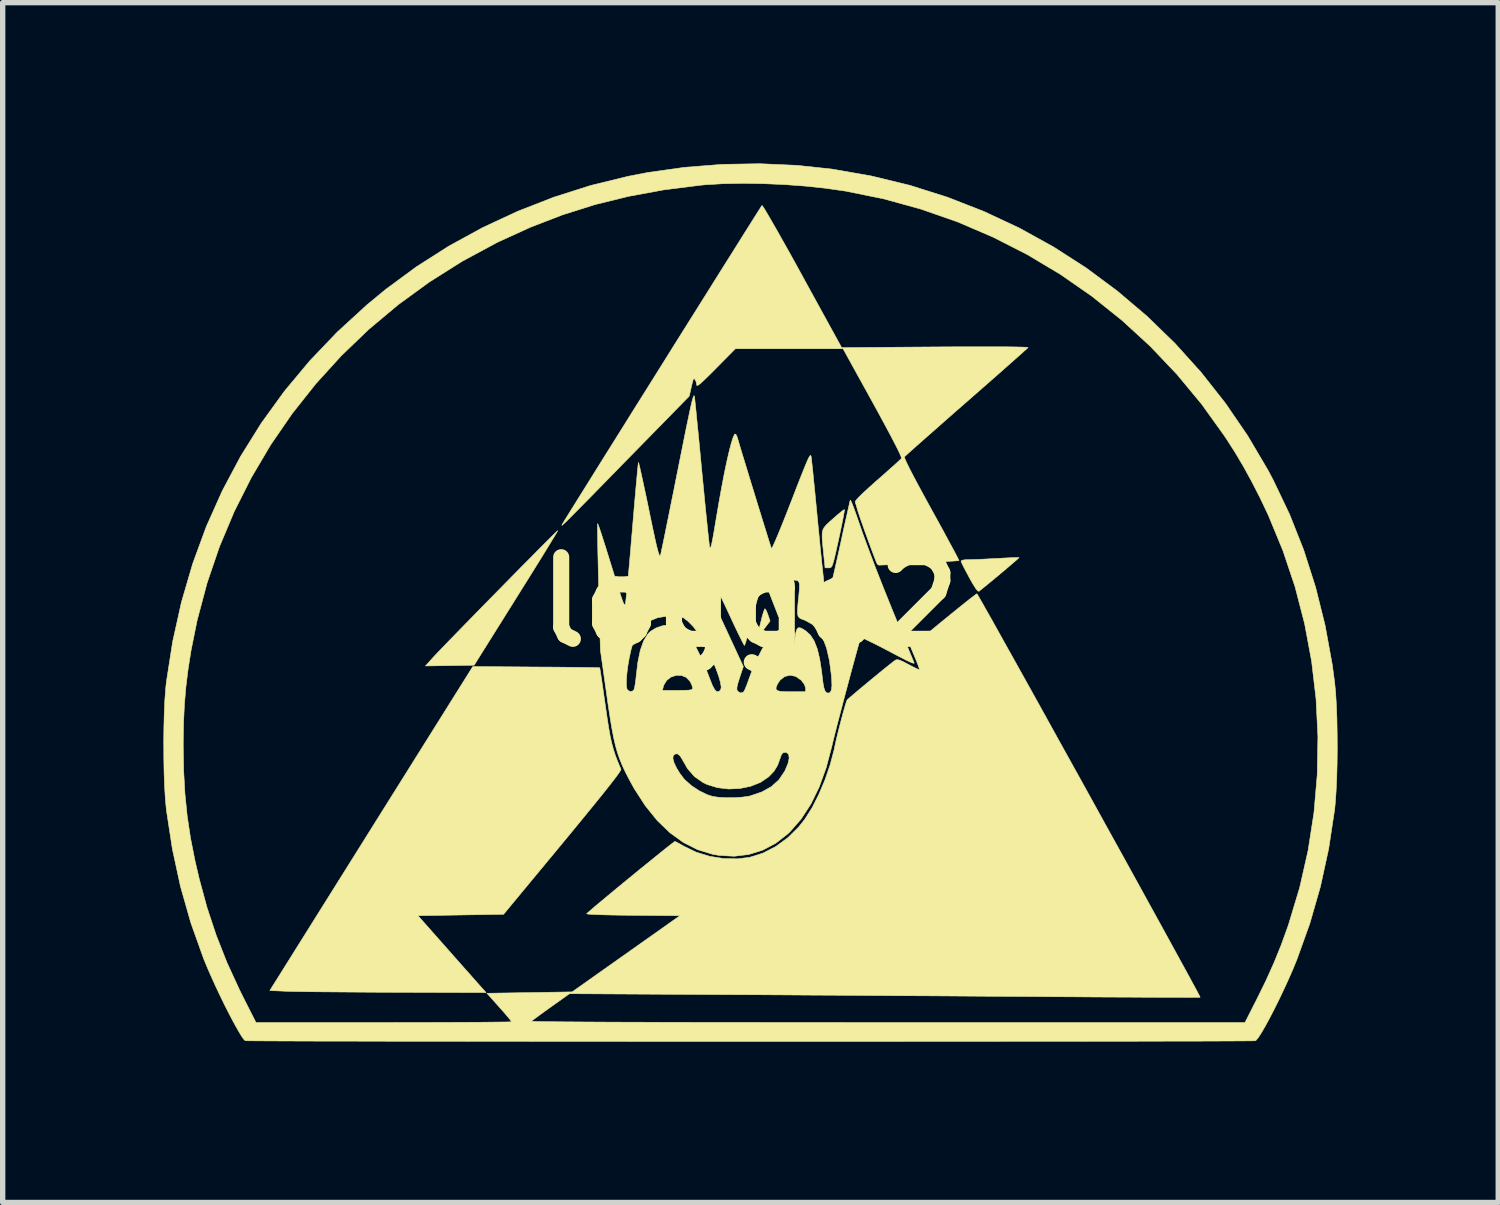
<source format=kicad_pcb>
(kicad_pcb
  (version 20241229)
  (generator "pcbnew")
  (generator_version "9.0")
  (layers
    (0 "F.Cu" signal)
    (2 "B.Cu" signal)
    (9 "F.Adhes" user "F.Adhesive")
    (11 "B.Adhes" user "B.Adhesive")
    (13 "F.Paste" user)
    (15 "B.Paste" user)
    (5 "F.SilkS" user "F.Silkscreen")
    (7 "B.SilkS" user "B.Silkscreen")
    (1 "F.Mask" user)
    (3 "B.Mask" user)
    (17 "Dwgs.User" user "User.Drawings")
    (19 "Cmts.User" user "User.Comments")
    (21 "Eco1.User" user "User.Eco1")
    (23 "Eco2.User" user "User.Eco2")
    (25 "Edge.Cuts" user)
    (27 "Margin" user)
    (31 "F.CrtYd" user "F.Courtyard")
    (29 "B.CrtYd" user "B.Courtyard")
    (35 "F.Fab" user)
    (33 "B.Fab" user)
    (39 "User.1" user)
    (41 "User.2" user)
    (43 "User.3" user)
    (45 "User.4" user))
  (footprint "loggo2"
    (layer "F.Cu")
    (at 10.942 8.182)
    (property "Reference" "loggo2" (at 0 0 0) (layer "F.SilkS") (effects (font (size 1.524 1.524) (thickness 0.3))))
    (attr through_hole)
    (fp_poly (pts (xy 0.674 0.449) (xy 0.685 0.504) (xy 0.686 0.533) (xy 0.684 0.597) (xy 0.68 0.632) (xy 0.678 0.635) (xy 0.666 0.614) (xy 0.644 0.562) (xy 0.64 0.551) (xy 0.617 0.48) (xy 0.613 0.445) (xy 0.63 0.433) (xy 0.648 0.432) (xy 0.674 0.449)) (stroke (width 0.01) (type solid)) (fill yes) (layer "F.SilkS"))
    (fp_poly (pts (xy 0.3 0.149) (xy 0.325 0.204) (xy 0.339 0.242) (xy 0.378 0.357) (xy 0.248 0.528) (xy 0.192 0.6) (xy 0.151 0.648) (xy 0.132 0.665) (xy 0.132 0.66) (xy 0.143 0.62) (xy 0.163 0.544) (xy 0.188 0.443) (xy 0.205 0.375) (xy 0.231 0.271) (xy 0.256 0.188) (xy 0.274 0.138) (xy 0.282 0.127) (xy 0.3 0.149)) (stroke (width 0.01) (type solid)) (fill yes) (layer "F.SilkS"))
    (fp_poly (pts (xy 1.764 -1.696) (xy 1.752 -1.626) (xy 1.732 -1.522) (xy 1.705 -1.39) (xy 1.673 -1.238) (xy 1.659 -1.173) (xy 1.62 -0.997) (xy 1.59 -0.864) (xy 1.566 -0.768) (xy 1.547 -0.704) (xy 1.531 -0.665) (xy 1.514 -0.644) (xy 1.496 -0.636) (xy 1.474 -0.635) (xy 1.473 -0.635) (xy 1.404 -0.635) (xy 1.375 -0.922) (xy 1.359 -1.078) (xy 1.35 -1.192) (xy 1.35 -1.276) (xy 1.361 -1.339) (xy 1.387 -1.39) (xy 1.431 -1.441) (xy 1.494 -1.5) (xy 1.55 -1.55) (xy 1.634 -1.624) (xy 1.703 -1.681) (xy 1.75 -1.716) (xy 1.766 -1.723) (xy 1.764 -1.696)) (stroke (width 0.01) (type solid)) (fill yes) (layer "F.SilkS"))
    (fp_poly (pts (xy 5.024 -0.827) (xy 5.007 -0.81) (xy 4.958 -0.766) (xy 4.884 -0.703) (xy 4.792 -0.624) (xy 4.689 -0.537) (xy 4.582 -0.448) (xy 4.478 -0.362) (xy 4.384 -0.285) (xy 4.307 -0.223) (xy 4.276 -0.198) (xy 4.253 -0.205) (xy 4.214 -0.253) (xy 4.158 -0.343) (xy 4.098 -0.45) (xy 4.04 -0.558) (xy 3.991 -0.652) (xy 3.957 -0.721) (xy 3.942 -0.755) (xy 3.941 -0.756) (xy 3.954 -0.775) (xy 4.007 -0.786) (xy 4.081 -0.788) (xy 4.16 -0.79) (xy 4.276 -0.794) (xy 4.416 -0.801) (xy 4.565 -0.809) (xy 4.622 -0.812) (xy 4.758 -0.819) (xy 4.874 -0.825) (xy 4.963 -0.828) (xy 5.014 -0.828) (xy 5.024 -0.827)) (stroke (width 0.01) (type solid)) (fill yes) (layer "F.SilkS"))
    (fp_poly (pts (xy -3.585 -1.33) (xy -3.596 -1.308) (xy -3.632 -1.247) (xy -3.691 -1.15) (xy -3.769 -1.022) (xy -3.865 -0.865) (xy -3.977 -0.685) (xy -4.101 -0.485) (xy -4.237 -0.268) (xy -4.36 -0.071) (xy -5.144 1.181) (xy -5.598 1.188) (xy -6.052 1.195) (xy -5.928 1.056) (xy -5.884 1.008) (xy -5.811 0.931) (xy -5.712 0.828) (xy -5.592 0.704) (xy -5.453 0.561) (xy -5.299 0.403) (xy -5.134 0.234) (xy -4.962 0.058) (xy -4.785 -0.122) (xy -4.608 -0.302) (xy -4.434 -0.479) (xy -4.267 -0.649) (xy -4.11 -0.807) (xy -3.967 -0.952) (xy -3.842 -1.078) (xy -3.737 -1.183) (xy -3.657 -1.262) (xy -3.605 -1.312) (xy -3.585 -1.33) (xy -3.585 -1.33)) (stroke (width 0.01) (type solid)) (fill yes) (layer "F.SilkS"))
    (fp_poly (pts (xy -3.988 1.215) (xy -3.748 1.216) (xy -3.525 1.218) (xy -3.322 1.22) (xy -3.146 1.222) (xy -3 1.224) (xy -2.891 1.226) (xy -2.823 1.228) (xy -2.801 1.229) (xy -2.796 1.255) (xy -2.785 1.324) (xy -2.769 1.431) (xy -2.748 1.569) (xy -2.725 1.732) (xy -2.699 1.912) (xy -2.696 1.932) (xy -2.663 2.16) (xy -2.634 2.346) (xy -2.607 2.5) (xy -2.578 2.631) (xy -2.547 2.746) (xy -2.512 2.857) (xy -2.468 2.971) (xy -2.416 3.097) (xy -2.404 3.124) (xy -2.415 3.15) (xy -2.455 3.21) (xy -2.525 3.304) (xy -2.626 3.434) (xy -2.757 3.599) (xy -2.92 3.8) (xy -3.115 4.039) (xy -3.342 4.315) (xy -3.491 4.496) (xy -4.595 5.829) (xy -5.394 5.842) (xy -6.193 5.855) (xy -5.719 6.39) (xy -5.586 6.541) (xy -5.455 6.689) (xy -5.333 6.827) (xy -5.225 6.948) (xy -5.139 7.046) (xy -5.084 7.108) (xy -4.922 7.29) (xy -6.62 7.285) (xy -6.92 7.284) (xy -7.212 7.282) (xy -7.492 7.28) (xy -7.755 7.278) (xy -7.994 7.276) (xy -8.206 7.274) (xy -8.384 7.271) (xy -8.523 7.269) (xy -8.619 7.266) (xy -8.638 7.266) (xy -8.957 7.252) (xy -7.063 4.229) (xy -5.169 1.206) (xy -3.988 1.215)) (stroke (width 0.01) (type solid)) (fill yes) (layer "F.SilkS"))
    (fp_poly (pts (xy 0.242 -7.381) (xy 0.28 -7.322) (xy 0.337 -7.226) (xy 0.412 -7.097) (xy 0.503 -6.939) (xy 0.607 -6.754) (xy 0.723 -6.548) (xy 0.848 -6.323) (xy 0.979 -6.085) (xy 0.98 -6.082) (xy 1.714 -4.745) (xy 3.461 -4.758) (xy 3.787 -4.76) (xy 4.086 -4.761) (xy 4.356 -4.761) (xy 4.594 -4.761) (xy 4.796 -4.76) (xy 4.96 -4.758) (xy 5.083 -4.755) (xy 5.161 -4.752) (xy 5.192 -4.748) (xy 5.193 -4.747) (xy 5.172 -4.727) (xy 5.115 -4.676) (xy 5.028 -4.598) (xy 4.912 -4.495) (xy 4.772 -4.371) (xy 4.61 -4.228) (xy 4.43 -4.07) (xy 4.236 -3.9) (xy 4.043 -3.731) (xy 3.838 -3.552) (xy 3.644 -3.381) (xy 3.465 -3.223) (xy 3.303 -3.081) (xy 3.163 -2.957) (xy 3.048 -2.855) (xy 2.961 -2.777) (xy 2.906 -2.727) (xy 2.886 -2.708) (xy 2.892 -2.677) (xy 2.924 -2.603) (xy 2.981 -2.486) (xy 3.063 -2.328) (xy 3.17 -2.128) (xy 3.301 -1.887) (xy 3.388 -1.728) (xy 3.499 -1.527) (xy 3.601 -1.341) (xy 3.692 -1.172) (xy 3.77 -1.028) (xy 3.833 -0.911) (xy 3.877 -0.826) (xy 3.9 -0.779) (xy 3.903 -0.77) (xy 3.877 -0.768) (xy 3.809 -0.763) (xy 3.704 -0.756) (xy 3.572 -0.748) (xy 3.42 -0.739) (xy 3.255 -0.729) (xy 3.085 -0.72) (xy 2.918 -0.711) (xy 2.761 -0.702) (xy 2.622 -0.695) (xy 2.508 -0.69) (xy 2.428 -0.687) (xy 2.408 -0.686) (xy 2.38 -0.704) (xy 2.377 -0.708) (xy 2.361 -0.743) (xy 2.332 -0.817) (xy 2.293 -0.92) (xy 2.247 -1.044) (xy 2.197 -1.18) (xy 2.147 -1.318) (xy 2.1 -1.451) (xy 2.059 -1.567) (xy 2.028 -1.66) (xy 2.009 -1.718) (xy 2.008 -1.724) (xy 1.987 -1.798) (xy 1.969 -1.855) (xy 1.965 -1.866) (xy 1.98 -1.894) (xy 2.031 -1.951) (xy 2.115 -2.034) (xy 2.23 -2.14) (xy 2.372 -2.267) (xy 2.38 -2.273) (xy 2.505 -2.383) (xy 2.617 -2.483) (xy 2.712 -2.567) (xy 2.782 -2.632) (xy 2.822 -2.67) (xy 2.829 -2.678) (xy 2.823 -2.709) (xy 2.791 -2.784) (xy 2.733 -2.902) (xy 2.649 -3.064) (xy 2.54 -3.269) (xy 2.405 -3.518) (xy 2.296 -3.717) (xy 1.74 -4.724) (xy 0.735 -4.724) (xy -0.27 -4.724) (xy -0.63 -4.359) (xy -0.758 -4.231) (xy -0.854 -4.138) (xy -0.922 -4.076) (xy -0.965 -4.044) (xy -0.987 -4.038) (xy -0.991 -4.048) (xy -1 -4.1) (xy -1.019 -4.146) (xy -1.041 -4.168) (xy -1.05 -4.165) (xy -1.06 -4.136) (xy -1.078 -4.071) (xy -1.095 -3.996) (xy -1.13 -3.84) (xy -2.121 -2.828) (xy -2.38 -2.564) (xy -2.605 -2.333) (xy -2.799 -2.135) (xy -2.964 -1.966) (xy -3.103 -1.825) (xy -3.217 -1.71) (xy -3.308 -1.618) (xy -3.379 -1.546) (xy -3.432 -1.494) (xy -3.47 -1.459) (xy -3.493 -1.438) (xy -3.505 -1.429) (xy -3.508 -1.431) (xy -3.504 -1.441) (xy -3.495 -1.456) (xy -3.483 -1.476) (xy -3.477 -1.486) (xy -3.454 -1.524) (xy -3.406 -1.602) (xy -3.336 -1.715) (xy -3.245 -1.861) (xy -3.135 -2.037) (xy -3.008 -2.24) (xy -2.867 -2.467) (xy -2.712 -2.715) (xy -2.546 -2.98) (xy -2.37 -3.261) (xy -2.188 -3.553) (xy -1.999 -3.854) (xy -1.807 -4.16) (xy -1.613 -4.47) (xy -1.42 -4.779) (xy -1.228 -5.085) (xy -1.04 -5.384) (xy -0.858 -5.674) (xy -0.684 -5.952) (xy -0.52 -6.214) (xy -0.366 -6.458) (xy -0.226 -6.681) (xy -0.102 -6.879) (xy 0.006 -7.05) (xy 0.094 -7.19) (xy 0.162 -7.297) (xy 0.206 -7.367) (xy 0.226 -7.398) (xy 0.227 -7.399) (xy 0.242 -7.381)) (stroke (width 0.01) (type solid)) (fill yes) (layer "F.SilkS"))
    (fp_poly (pts (xy 0.884 -8.146) (xy 1.532 -8.077) (xy 2.269 -7.948) (xy 2.989 -7.773) (xy 3.69 -7.551) (xy 4.371 -7.285) (xy 5.031 -6.976) (xy 5.666 -6.625) (xy 6.276 -6.233) (xy 6.858 -5.801) (xy 7.411 -5.332) (xy 7.932 -4.826) (xy 8.421 -4.284) (xy 8.874 -3.709) (xy 9.29 -3.101) (xy 9.668 -2.461) (xy 9.767 -2.274) (xy 10.072 -1.635) (xy 10.336 -0.968) (xy 10.557 -0.276) (xy 10.735 0.438) (xy 10.869 1.172) (xy 10.913 1.499) (xy 10.931 1.686) (xy 10.945 1.913) (xy 10.955 2.171) (xy 10.96 2.447) (xy 10.962 2.733) (xy 10.959 3.017) (xy 10.952 3.289) (xy 10.94 3.538) (xy 10.925 3.755) (xy 10.913 3.873) (xy 10.802 4.605) (xy 10.648 5.312) (xy 10.45 6.001) (xy 10.207 6.678) (xy 10.206 6.68) (xy 10.133 6.858) (xy 10.051 7.045) (xy 9.963 7.236) (xy 9.873 7.425) (xy 9.783 7.606) (xy 9.697 7.772) (xy 9.617 7.919) (xy 9.547 8.04) (xy 9.489 8.129) (xy 9.447 8.18) (xy 9.434 8.189) (xy 9.406 8.19) (xy 9.329 8.191) (xy 9.206 8.192) (xy 9.039 8.193) (xy 8.829 8.194) (xy 8.579 8.195) (xy 8.292 8.196) (xy 7.969 8.196) (xy 7.612 8.197) (xy 7.224 8.198) (xy 6.807 8.198) (xy 6.363 8.199) (xy 5.894 8.2) (xy 5.402 8.2) (xy 4.89 8.2) (xy 4.359 8.201) (xy 3.812 8.201) (xy 3.251 8.201) (xy 2.679 8.202) (xy 2.096 8.202) (xy 1.506 8.202) (xy 0.91 8.202) (xy 0.312 8.202) (xy -0.288 8.202) (xy -0.887 8.202) (xy -1.483 8.202) (xy -2.073 8.202) (xy -2.656 8.201) (xy -3.228 8.201) (xy -3.789 8.201) (xy -4.337 8.2) (xy -4.867 8.2) (xy -5.38 8.199) (xy -5.872 8.199) (xy -6.341 8.198) (xy -6.785 8.198) (xy -7.203 8.197) (xy -7.591 8.196) (xy -7.948 8.196) (xy -8.271 8.195) (xy -8.559 8.194) (xy -8.809 8.193) (xy -9.019 8.192) (xy -9.187 8.191) (xy -9.311 8.19) (xy -9.388 8.189) (xy -9.416 8.188) (xy -9.416 8.188) (xy -9.447 8.157) (xy -9.496 8.085) (xy -9.558 7.98) (xy -9.632 7.847) (xy -9.714 7.691) (xy -9.801 7.52) (xy -9.889 7.339) (xy -9.976 7.155) (xy -10.058 6.974) (xy -10.133 6.801) (xy -10.193 6.655) (xy -10.431 5.988) (xy -10.624 5.31) (xy -10.775 4.613) (xy -10.886 3.89) (xy -10.888 3.873) (xy -10.906 3.684) (xy -10.92 3.454) (xy -10.93 3.195) (xy -10.935 2.918) (xy -10.936 2.68) (xy -10.573 2.68) (xy -10.565 3.146) (xy -10.541 3.578) (xy -10.499 3.994) (xy -10.437 4.408) (xy -10.352 4.835) (xy -10.274 5.169) (xy -10.128 5.706) (xy -9.958 6.219) (xy -9.759 6.725) (xy -9.523 7.238) (xy -9.431 7.423) (xy -9.215 7.849) (xy -6.83 7.849) (xy -6.487 7.848) (xy -6.158 7.848) (xy -5.848 7.847) (xy -5.56 7.846) (xy -5.297 7.845) (xy -5.062 7.844) (xy -4.86 7.842) (xy -4.694 7.84) (xy -4.568 7.839) (xy -4.484 7.837) (xy -4.447 7.834) (xy -4.445 7.834) (xy -4.461 7.811) (xy -4.505 7.757) (xy -4.57 7.68) (xy -4.651 7.588) (xy -4.675 7.561) (xy -4.905 7.303) (xy -3.315 7.277) (xy -1.304 5.855) (xy -2.178 5.848) (xy -2.384 5.846) (xy -2.572 5.843) (xy -2.736 5.839) (xy -2.871 5.834) (xy -2.971 5.829) (xy -3.03 5.824) (xy -3.044 5.819) (xy -3.023 5.798) (xy -2.967 5.75) (xy -2.883 5.677) (xy -2.773 5.586) (xy -2.645 5.479) (xy -2.503 5.361) (xy -2.351 5.236) (xy -2.195 5.108) (xy -2.04 4.981) (xy -1.89 4.86) (xy -1.752 4.748) (xy -1.629 4.649) (xy -1.528 4.568) (xy -1.452 4.509) (xy -1.408 4.476) (xy -1.398 4.47) (xy -1.367 4.483) (xy -1.307 4.515) (xy -1.229 4.56) (xy -1.229 4.56) (xy -1.004 4.669) (xy -0.752 4.747) (xy -0.488 4.789) (xy -0.226 4.794) (xy -0.003 4.766) (xy 0.245 4.688) (xy 0.485 4.564) (xy 0.71 4.4) (xy 0.912 4.2) (xy 1.027 4.054) (xy 1.161 3.842) (xy 1.288 3.592) (xy 1.403 3.319) (xy 1.5 3.036) (xy 1.574 2.756) (xy 1.587 2.692) (xy 1.608 2.595) (xy 1.637 2.474) (xy 1.67 2.341) (xy 1.705 2.205) (xy 1.739 2.077) (xy 1.771 1.965) (xy 1.796 1.882) (xy 1.812 1.835) (xy 1.814 1.831) (xy 1.838 1.809) (xy 1.894 1.76) (xy 1.975 1.691) (xy 2.075 1.607) (xy 2.187 1.514) (xy 2.304 1.417) (xy 2.418 1.324) (xy 2.523 1.238) (xy 2.613 1.166) (xy 2.679 1.114) (xy 2.715 1.088) (xy 2.715 1.088) (xy 2.746 1.077) (xy 2.788 1.084) (xy 2.851 1.11) (xy 2.946 1.16) (xy 2.958 1.166) (xy 3.047 1.213) (xy 3.117 1.247) (xy 3.158 1.264) (xy 3.164 1.264) (xy 3.16 1.238) (xy 3.138 1.176) (xy 3.105 1.09) (xy 3.088 1.05) (xy 3.002 0.845) (xy 3.609 0.346) (xy 3.76 0.223) (xy 3.898 0.111) (xy 4.02 0.013) (xy 4.119 -0.065) (xy 4.191 -0.12) (xy 4.231 -0.149) (xy 4.237 -0.152) (xy 4.251 -0.131) (xy 4.288 -0.067) (xy 4.347 0.035) (xy 4.425 0.174) (xy 4.522 0.345) (xy 4.635 0.548) (xy 4.763 0.778) (xy 4.906 1.033) (xy 5.06 1.31) (xy 5.225 1.606) (xy 5.399 1.919) (xy 5.58 2.246) (xy 5.767 2.584) (xy 5.959 2.93) (xy 6.154 3.281) (xy 6.35 3.635) (xy 6.545 3.989) (xy 6.739 4.34) (xy 6.93 4.685) (xy 7.116 5.022) (xy 7.295 5.347) (xy 7.466 5.658) (xy 7.628 5.952) (xy 7.779 6.227) (xy 7.917 6.479) (xy 8.041 6.705) (xy 8.15 6.904) (xy 8.241 7.072) (xy 8.314 7.206) (xy 8.366 7.303) (xy 8.396 7.361) (xy 8.403 7.378) (xy 8.377 7.379) (xy 8.304 7.379) (xy 8.186 7.38) (xy 8.026 7.379) (xy 7.829 7.379) (xy 7.596 7.378) (xy 7.332 7.377) (xy 7.04 7.375) (xy 6.722 7.374) (xy 6.381 7.372) (xy 6.022 7.369) (xy 5.647 7.367) (xy 5.461 7.365) (xy 4.999 7.362) (xy 4.495 7.359) (xy 3.959 7.355) (xy 3.399 7.351) (xy 2.825 7.348) (xy 2.247 7.344) (xy 1.672 7.34) (xy 1.111 7.337) (xy 0.573 7.333) (xy 0.066 7.33) (xy -0.4 7.328) (xy -0.419 7.328) (xy -3.365 7.311) (xy -3.708 7.555) (xy -3.824 7.638) (xy -3.926 7.712) (xy -4.007 7.772) (xy -4.059 7.811) (xy -4.075 7.824) (xy -4.052 7.827) (xy -3.979 7.829) (xy -3.856 7.832) (xy -3.683 7.834) (xy -3.461 7.836) (xy -3.189 7.838) (xy -2.868 7.84) (xy -2.499 7.842) (xy -2.081 7.843) (xy -1.615 7.845) (xy -1.101 7.846) (xy -0.54 7.847) (xy 0.068 7.847) (xy 0.723 7.848) (xy 1.425 7.848) (xy 2.173 7.849) (xy 2.57 7.849) (xy 9.24 7.849) (xy 9.456 7.423) (xy 9.631 7.068) (xy 9.781 6.734) (xy 9.915 6.404) (xy 10.04 6.058) (xy 10.053 6.02) (xy 10.26 5.334) (xy 10.418 4.638) (xy 10.527 3.935) (xy 10.588 3.227) (xy 10.601 2.518) (xy 10.566 1.809) (xy 10.483 1.105) (xy 10.353 0.408) (xy 10.175 -0.28) (xy 9.949 -0.955) (xy 9.677 -1.614) (xy 9.523 -1.939) (xy 9.365 -2.247) (xy 9.213 -2.524) (xy 9.058 -2.786) (xy 8.89 -3.048) (xy 8.856 -3.099) (xy 8.431 -3.691) (xy 7.969 -4.248) (xy 7.472 -4.771) (xy 6.942 -5.257) (xy 6.382 -5.705) (xy 5.793 -6.114) (xy 5.177 -6.482) (xy 4.537 -6.808) (xy 3.875 -7.092) (xy 3.192 -7.33) (xy 2.491 -7.523) (xy 1.773 -7.668) (xy 1.765 -7.669) (xy 1.416 -7.719) (xy 1.04 -7.759) (xy 0.648 -7.788) (xy 0.252 -7.805) (xy -0.135 -7.811) (xy -0.5 -7.804) (xy -0.833 -7.784) (xy -0.927 -7.775) (xy -1.612 -7.688) (xy -2.263 -7.568) (xy -2.889 -7.414) (xy -3.497 -7.222) (xy -4.093 -6.992) (xy -4.687 -6.721) (xy -4.724 -6.703) (xy -5.368 -6.356) (xy -5.981 -5.969) (xy -6.563 -5.545) (xy -7.111 -5.086) (xy -7.624 -4.593) (xy -8.101 -4.068) (xy -8.541 -3.513) (xy -8.942 -2.93) (xy -9.302 -2.32) (xy -9.621 -1.687) (xy -9.897 -1.03) (xy -10.128 -0.353) (xy -10.313 0.342) (xy -10.427 0.906) (xy -10.482 1.255) (xy -10.523 1.587) (xy -10.551 1.916) (xy -10.567 2.261) (xy -10.573 2.637) (xy -10.573 2.68) (xy -10.936 2.68) (xy -10.937 2.632) (xy -10.934 2.348) (xy -10.927 2.077) (xy -10.916 1.829) (xy -10.9 1.614) (xy -10.888 1.499) (xy -10.77 0.741) (xy -10.606 0.004) (xy -10.397 -0.711) (xy -10.143 -1.404) (xy -9.844 -2.073) (xy -9.501 -2.718) (xy -9.115 -3.337) (xy -8.686 -3.93) (xy -8.214 -4.496) (xy -7.7 -5.034) (xy -7.146 -5.542) (xy -6.793 -5.833) (xy -6.223 -6.253) (xy -5.619 -6.638) (xy -4.987 -6.984) (xy -4.332 -7.289) (xy -3.658 -7.552) (xy -2.969 -7.771) (xy -2.271 -7.942) (xy -1.905 -8.013) (xy -1.214 -8.11) (xy -0.513 -8.165) (xy 0.189 -8.177) (xy 0.884 -8.146)) (stroke (width 0.01) (type solid)) (fill yes) (layer "F.SilkS"))
    (fp_poly (pts (xy -1.035 -3.84) (xy -1.031 -3.822) (xy -1.026 -3.772) (xy -1.016 -3.678) (xy -1.002 -3.543) (xy -0.986 -3.374) (xy -0.966 -3.175) (xy -0.944 -2.952) (xy -0.921 -2.71) (xy -0.897 -2.454) (xy -0.888 -2.364) (xy -0.863 -2.109) (xy -0.84 -1.87) (xy -0.818 -1.651) (xy -0.798 -1.457) (xy -0.781 -1.293) (xy -0.767 -1.163) (xy -0.757 -1.072) (xy -0.75 -1.025) (xy -0.749 -1.02) (xy -0.739 -1.014) (xy -0.729 -1.023) (xy -0.719 -1.053) (xy -0.706 -1.108) (xy -0.689 -1.195) (xy -0.667 -1.32) (xy -0.639 -1.489) (xy -0.635 -1.512) (xy -0.58 -1.835) (xy -0.527 -2.131) (xy -0.477 -2.394) (xy -0.429 -2.622) (xy -0.385 -2.813) (xy -0.346 -2.963) (xy -0.312 -3.069) (xy -0.284 -3.128) (xy -0.279 -3.134) (xy -0.26 -3.127) (xy -0.238 -3.083) (xy -0.234 -3.07) (xy -0.212 -2.997) (xy -0.18 -2.887) (xy -0.138 -2.748) (xy -0.088 -2.585) (xy -0.033 -2.405) (xy 0.025 -2.214) (xy 0.086 -2.017) (xy 0.146 -1.821) (xy 0.204 -1.633) (xy 0.258 -1.458) (xy 0.307 -1.302) (xy 0.347 -1.172) (xy 0.378 -1.074) (xy 0.398 -1.013) (xy 0.404 -0.997) (xy 0.417 -1.013) (xy 0.445 -1.071) (xy 0.488 -1.167) (xy 0.542 -1.296) (xy 0.606 -1.453) (xy 0.678 -1.633) (xy 0.755 -1.831) (xy 0.776 -1.883) (xy 0.865 -2.115) (xy 0.939 -2.304) (xy 0.998 -2.452) (xy 1.044 -2.565) (xy 1.078 -2.646) (xy 1.104 -2.698) (xy 1.121 -2.726) (xy 1.133 -2.734) (xy 1.141 -2.724) (xy 1.146 -2.702) (xy 1.151 -2.658) (xy 1.161 -2.568) (xy 1.175 -2.439) (xy 1.191 -2.274) (xy 1.211 -2.08) (xy 1.232 -1.862) (xy 1.255 -1.624) (xy 1.279 -1.372) (xy 1.285 -1.314) (xy 1.314 -1.016) (xy 1.341 -0.752) (xy 1.365 -0.525) (xy 1.386 -0.337) (xy 1.404 -0.191) (xy 1.419 -0.09) (xy 1.43 -0.035) (xy 1.434 -0.025) (xy 1.445 -0.049) (xy 1.466 -0.118) (xy 1.494 -0.224) (xy 1.529 -0.365) (xy 1.569 -0.533) (xy 1.612 -0.723) (xy 1.658 -0.931) (xy 1.662 -0.946) (xy 1.708 -1.156) (xy 1.75 -1.351) (xy 1.789 -1.525) (xy 1.822 -1.672) (xy 1.848 -1.787) (xy 1.865 -1.865) (xy 1.874 -1.898) (xy 1.874 -1.899) (xy 1.885 -1.887) (xy 1.909 -1.833) (xy 1.943 -1.746) (xy 1.984 -1.632) (xy 2.019 -1.53) (xy 2.109 -1.271) (xy 2.22 -0.971) (xy 2.348 -0.632) (xy 2.494 -0.261) (xy 2.656 0.141) (xy 2.806 0.508) (xy 2.874 0.672) (xy 2.936 0.822) (xy 2.989 0.951) (xy 3.031 1.052) (xy 3.058 1.118) (xy 3.068 1.141) (xy 3.053 1.145) (xy 3.003 1.127) (xy 2.925 1.091) (xy 2.843 1.049) (xy 2.666 0.956) (xy 2.503 0.87) (xy 2.358 0.796) (xy 2.236 0.736) (xy 2.145 0.692) (xy 2.088 0.668) (xy 2.071 0.664) (xy 2.061 0.691) (xy 2.041 0.761) (xy 2.011 0.868) (xy 1.973 1.005) (xy 1.929 1.166) (xy 1.881 1.344) (xy 1.83 1.534) (xy 1.778 1.729) (xy 1.727 1.923) (xy 1.678 2.109) (xy 1.633 2.282) (xy 1.594 2.434) (xy 1.563 2.559) (xy 1.54 2.652) (xy 1.534 2.68) (xy 1.427 3.088) (xy 1.295 3.453) (xy 1.138 3.775) (xy 0.956 4.054) (xy 0.748 4.291) (xy 0.708 4.329) (xy 0.484 4.503) (xy 0.24 4.632) (xy -0.02 4.713) (xy -0.292 4.746) (xy -0.576 4.73) (xy -0.699 4.708) (xy -0.975 4.623) (xy -1.24 4.489) (xy -1.491 4.307) (xy -1.728 4.079) (xy -1.951 3.803) (xy -2.158 3.482) (xy -2.245 3.324) (xy -2.316 3.187) (xy -2.375 3.062) (xy -2.425 2.94) (xy -2.431 2.924) (xy -1.435 2.924) (xy -1.413 3.003) (xy -1.368 3.098) (xy -1.306 3.2) (xy -1.232 3.297) (xy -1.208 3.323) (xy -1.089 3.429) (xy -0.945 3.524) (xy -0.796 3.597) (xy -0.696 3.629) (xy -0.584 3.646) (xy -0.441 3.654) (xy -0.286 3.653) (xy -0.139 3.643) (xy -0.017 3.626) (xy 0.006 3.62) (xy 0.225 3.546) (xy 0.402 3.447) (xy 0.542 3.321) (xy 0.649 3.163) (xy 0.661 3.139) (xy 0.713 3.015) (xy 0.734 2.916) (xy 0.725 2.846) (xy 0.687 2.81) (xy 0.662 2.807) (xy 0.618 2.816) (xy 0.589 2.852) (xy 0.569 2.91) (xy 0.517 3.052) (xy 0.448 3.164) (xy 0.348 3.267) (xy 0.347 3.267) (xy 0.196 3.369) (xy 0.013 3.441) (xy -0.188 3.482) (xy -0.398 3.491) (xy -0.604 3.466) (xy -0.797 3.407) (xy -0.871 3.372) (xy -1.032 3.26) (xy -1.163 3.11) (xy -1.249 2.959) (xy -1.301 2.873) (xy -1.353 2.833) (xy -1.401 2.841) (xy -1.43 2.873) (xy -1.435 2.924) (xy -2.431 2.924) (xy -2.469 2.816) (xy -2.507 2.681) (xy -2.542 2.528) (xy -2.576 2.351) (xy -2.61 2.141) (xy -2.648 1.891) (xy -2.667 1.753) (xy -2.695 1.557) (xy -2.304 1.557) (xy -2.293 1.623) (xy -2.286 1.639) (xy -2.233 1.674) (xy -2.182 1.661) (xy -2.172 1.651) (xy -1.631 1.651) (xy -1.349 1.651) (xy -1.225 1.65) (xy -1.144 1.647) (xy -1.096 1.64) (xy -1.073 1.628) (xy -1.067 1.609) (xy -1.067 1.607) (xy -1.08 1.556) (xy -1.111 1.49) (xy -1.117 1.481) (xy -1.187 1.407) (xy -1.277 1.372) (xy -1.376 1.371) (xy -1.472 1.403) (xy -1.552 1.465) (xy -1.606 1.554) (xy -1.614 1.581) (xy -1.631 1.651) (xy -2.172 1.651) (xy -2.165 1.645) (xy -2.152 1.606) (xy -2.138 1.531) (xy -2.125 1.432) (xy -2.122 1.397) (xy -2.09 1.127) (xy -2.044 0.905) (xy -1.983 0.731) (xy -1.907 0.604) (xy -1.857 0.552) (xy -1.75 0.486) (xy -1.623 0.443) (xy -1.492 0.426) (xy -1.372 0.437) (xy -1.278 0.477) (xy -1.192 0.558) (xy -1.1 0.683) (xy -1.004 0.846) (xy -0.907 1.041) (xy -0.813 1.262) (xy -0.751 1.424) (xy -0.7 1.555) (xy -0.655 1.638) (xy -0.615 1.676) (xy -0.575 1.671) (xy -0.543 1.639) (xy -0.534 1.589) (xy -0.548 1.503) (xy -0.58 1.389) (xy -0.628 1.255) (xy -0.689 1.108) (xy -0.758 0.957) (xy -0.833 0.809) (xy -0.909 0.672) (xy -0.985 0.553) (xy -1.055 0.461) (xy -1.06 0.456) (xy -1.155 0.359) (xy -1.238 0.297) (xy -1.325 0.266) (xy -1.43 0.257) (xy -1.519 0.262) (xy -1.719 0.294) (xy -1.882 0.361) (xy -2.013 0.465) (xy -2.114 0.608) (xy -2.182 0.77) (xy -2.218 0.898) (xy -2.249 1.04) (xy -2.275 1.187) (xy -2.293 1.329) (xy -2.303 1.455) (xy -2.304 1.557) (xy -2.695 1.557) (xy -2.788 0.902) (xy -2.82 -0.274) (xy -2.826 -0.513) (xy -2.831 -0.737) (xy -2.836 -0.939) (xy -2.839 -1.116) (xy -2.841 -1.261) (xy -2.842 -1.371) (xy -2.842 -1.439) (xy -2.84 -1.461) (xy -2.83 -1.441) (xy -2.807 -1.377) (xy -2.773 -1.277) (xy -2.731 -1.146) (xy -2.681 -0.989) (xy -2.626 -0.812) (xy -2.602 -0.734) (xy -2.534 -0.515) (xy -2.48 -0.339) (xy -2.436 -0.203) (xy -2.403 -0.101) (xy -2.378 -0.029) (xy -2.36 0.017) (xy -2.346 0.042) (xy -2.336 0.051) (xy -2.327 0.049) (xy -2.324 0.046) (xy -2.319 0.019) (xy -2.31 -0.055) (xy -2.298 -0.169) (xy -2.284 -0.318) (xy -0.794 -0.318) (xy -0.793 -0.291) (xy -0.782 -0.25) (xy -0.76 -0.19) (xy -0.724 -0.105) (xy -0.674 0.01) (xy -0.606 0.158) (xy -0.52 0.345) (xy -0.472 0.448) (xy -0.121 1.206) (xy -0.191 1.416) (xy -0.224 1.523) (xy -0.24 1.593) (xy -0.241 1.637) (xy -0.229 1.664) (xy -0.177 1.699) (xy -0.126 1.687) (xy -0.109 1.67) (xy -0.09 1.632) (xy -0.089 1.629) (xy 0.489 1.629) (xy 0.515 1.656) (xy 0.576 1.67) (xy 0.679 1.676) (xy 0.774 1.676) (xy 1.041 1.676) (xy 1.041 1.61) (xy 1.02 1.541) (xy 0.96 1.463) (xy 0.955 1.458) (xy 0.857 1.39) (xy 0.752 1.368) (xy 0.652 1.392) (xy 0.564 1.46) (xy 0.519 1.528) (xy 0.492 1.588) (xy 0.489 1.629) (xy -0.089 1.629) (xy -0.06 1.56) (xy -0.026 1.466) (xy -0.015 1.435) (xy 0.037 1.294) (xy 0.099 1.149) (xy 0.165 1.007) (xy 0.233 0.874) (xy 0.298 0.758) (xy 0.358 0.664) (xy 0.407 0.6) (xy 0.444 0.573) (xy 0.457 0.576) (xy 0.474 0.608) (xy 0.504 0.675) (xy 0.54 0.766) (xy 0.558 0.813) (xy 0.596 0.911) (xy 0.629 0.99) (xy 0.653 1.04) (xy 0.659 1.049) (xy 0.696 1.059) (xy 0.743 1.053) (xy 0.777 1.041) (xy 0.799 1.016) (xy 0.812 0.968) (xy 0.822 0.883) (xy 0.824 0.855) (xy 0.839 0.699) (xy 0.855 0.588) (xy 0.874 0.518) (xy 0.9 0.485) (xy 0.937 0.482) (xy 0.988 0.505) (xy 1.044 0.541) (xy 1.13 0.619) (xy 1.201 0.729) (xy 1.259 0.877) (xy 1.304 1.065) (xy 1.34 1.298) (xy 1.348 1.367) (xy 1.365 1.507) (xy 1.383 1.604) (xy 1.404 1.663) (xy 1.43 1.694) (xy 1.463 1.702) (xy 1.5 1.688) (xy 1.523 1.642) (xy 1.532 1.56) (xy 1.527 1.435) (xy 1.522 1.372) (xy 1.486 1.095) (xy 1.433 0.864) (xy 1.363 0.676) (xy 1.275 0.529) (xy 1.165 0.419) (xy 1.035 0.345) (xy 1.01 0.336) (xy 0.959 0.317) (xy 0.923 0.296) (xy 0.901 0.266) (xy 0.89 0.218) (xy 0.89 0.145) (xy 0.898 0.037) (xy 0.914 -0.112) (xy 0.915 -0.125) (xy 0.926 -0.247) (xy 0.927 -0.328) (xy 0.915 -0.375) (xy 0.886 -0.399) (xy 0.839 -0.406) (xy 0.822 -0.406) (xy 0.794 -0.401) (xy 0.776 -0.379) (xy 0.764 -0.33) (xy 0.754 -0.242) (xy 0.752 -0.222) (xy 0.741 -0.1) (xy 0.729 0.031) (xy 0.721 0.121) (xy 0.705 0.279) (xy 0.538 0.279) (xy 0.409 -0.053) (xy 0.362 -0.174) (xy 0.323 -0.279) (xy 0.294 -0.359) (xy 0.28 -0.403) (xy 0.279 -0.408) (xy 0.262 -0.431) (xy 0.258 -0.432) (xy 0.246 -0.408) (xy 0.224 -0.342) (xy 0.193 -0.24) (xy 0.156 -0.108) (xy 0.114 0.048) (xy 0.076 0.191) (xy 0.032 0.36) (xy -0.009 0.511) (xy -0.044 0.639) (xy -0.072 0.736) (xy -0.092 0.796) (xy -0.1 0.813) (xy -0.114 0.791) (xy -0.147 0.728) (xy -0.195 0.632) (xy -0.255 0.508) (xy -0.324 0.362) (xy -0.392 0.216) (xy -0.467 0.055) (xy -0.537 -0.089) (xy -0.598 -0.211) (xy -0.648 -0.304) (xy -0.682 -0.363) (xy -0.697 -0.381) (xy -0.74 -0.367) (xy -0.775 -0.346) (xy -0.788 -0.334) (xy -0.794 -0.318) (xy -2.284 -0.318) (xy -2.283 -0.32) (xy -2.266 -0.502) (xy -2.247 -0.712) (xy -2.227 -0.943) (xy -2.206 -1.191) (xy -2.198 -1.282) (xy -2.177 -1.534) (xy -2.157 -1.771) (xy -2.138 -1.988) (xy -2.121 -2.18) (xy -2.106 -2.342) (xy -2.094 -2.469) (xy -2.085 -2.556) (xy -2.079 -2.6) (xy -2.078 -2.604) (xy -2.071 -2.582) (xy -2.055 -2.517) (xy -2.031 -2.412) (xy -2.001 -2.275) (xy -1.966 -2.111) (xy -1.926 -1.925) (xy -1.893 -1.765) (xy -1.843 -1.521) (xy -1.801 -1.323) (xy -1.767 -1.166) (xy -1.74 -1.047) (xy -1.718 -0.961) (xy -1.701 -0.904) (xy -1.688 -0.872) (xy -1.677 -0.861) (xy -1.669 -0.864) (xy -1.662 -0.891) (xy -1.647 -0.963) (xy -1.623 -1.076) (xy -1.592 -1.226) (xy -1.555 -1.409) (xy -1.512 -1.62) (xy -1.465 -1.855) (xy -1.413 -2.11) (xy -1.36 -2.38) (xy -1.353 -2.412) (xy -1.29 -2.728) (xy -1.236 -2.997) (xy -1.191 -3.223) (xy -1.152 -3.408) (xy -1.121 -3.556) (xy -1.096 -3.67) (xy -1.076 -3.753) (xy -1.06 -3.808) (xy -1.049 -3.839) (xy -1.04 -3.849) (xy -1.035 -3.84)) (stroke (width 0.01) (type solid)) (fill yes) (layer "F.SilkS")))
  (gr_rect
    (start -3 -3)
    (end 24.908 19.389)
    (stroke (width 0.1) (type default))
    (fill no)
    (layer "Edge.Cuts")))
</source>
